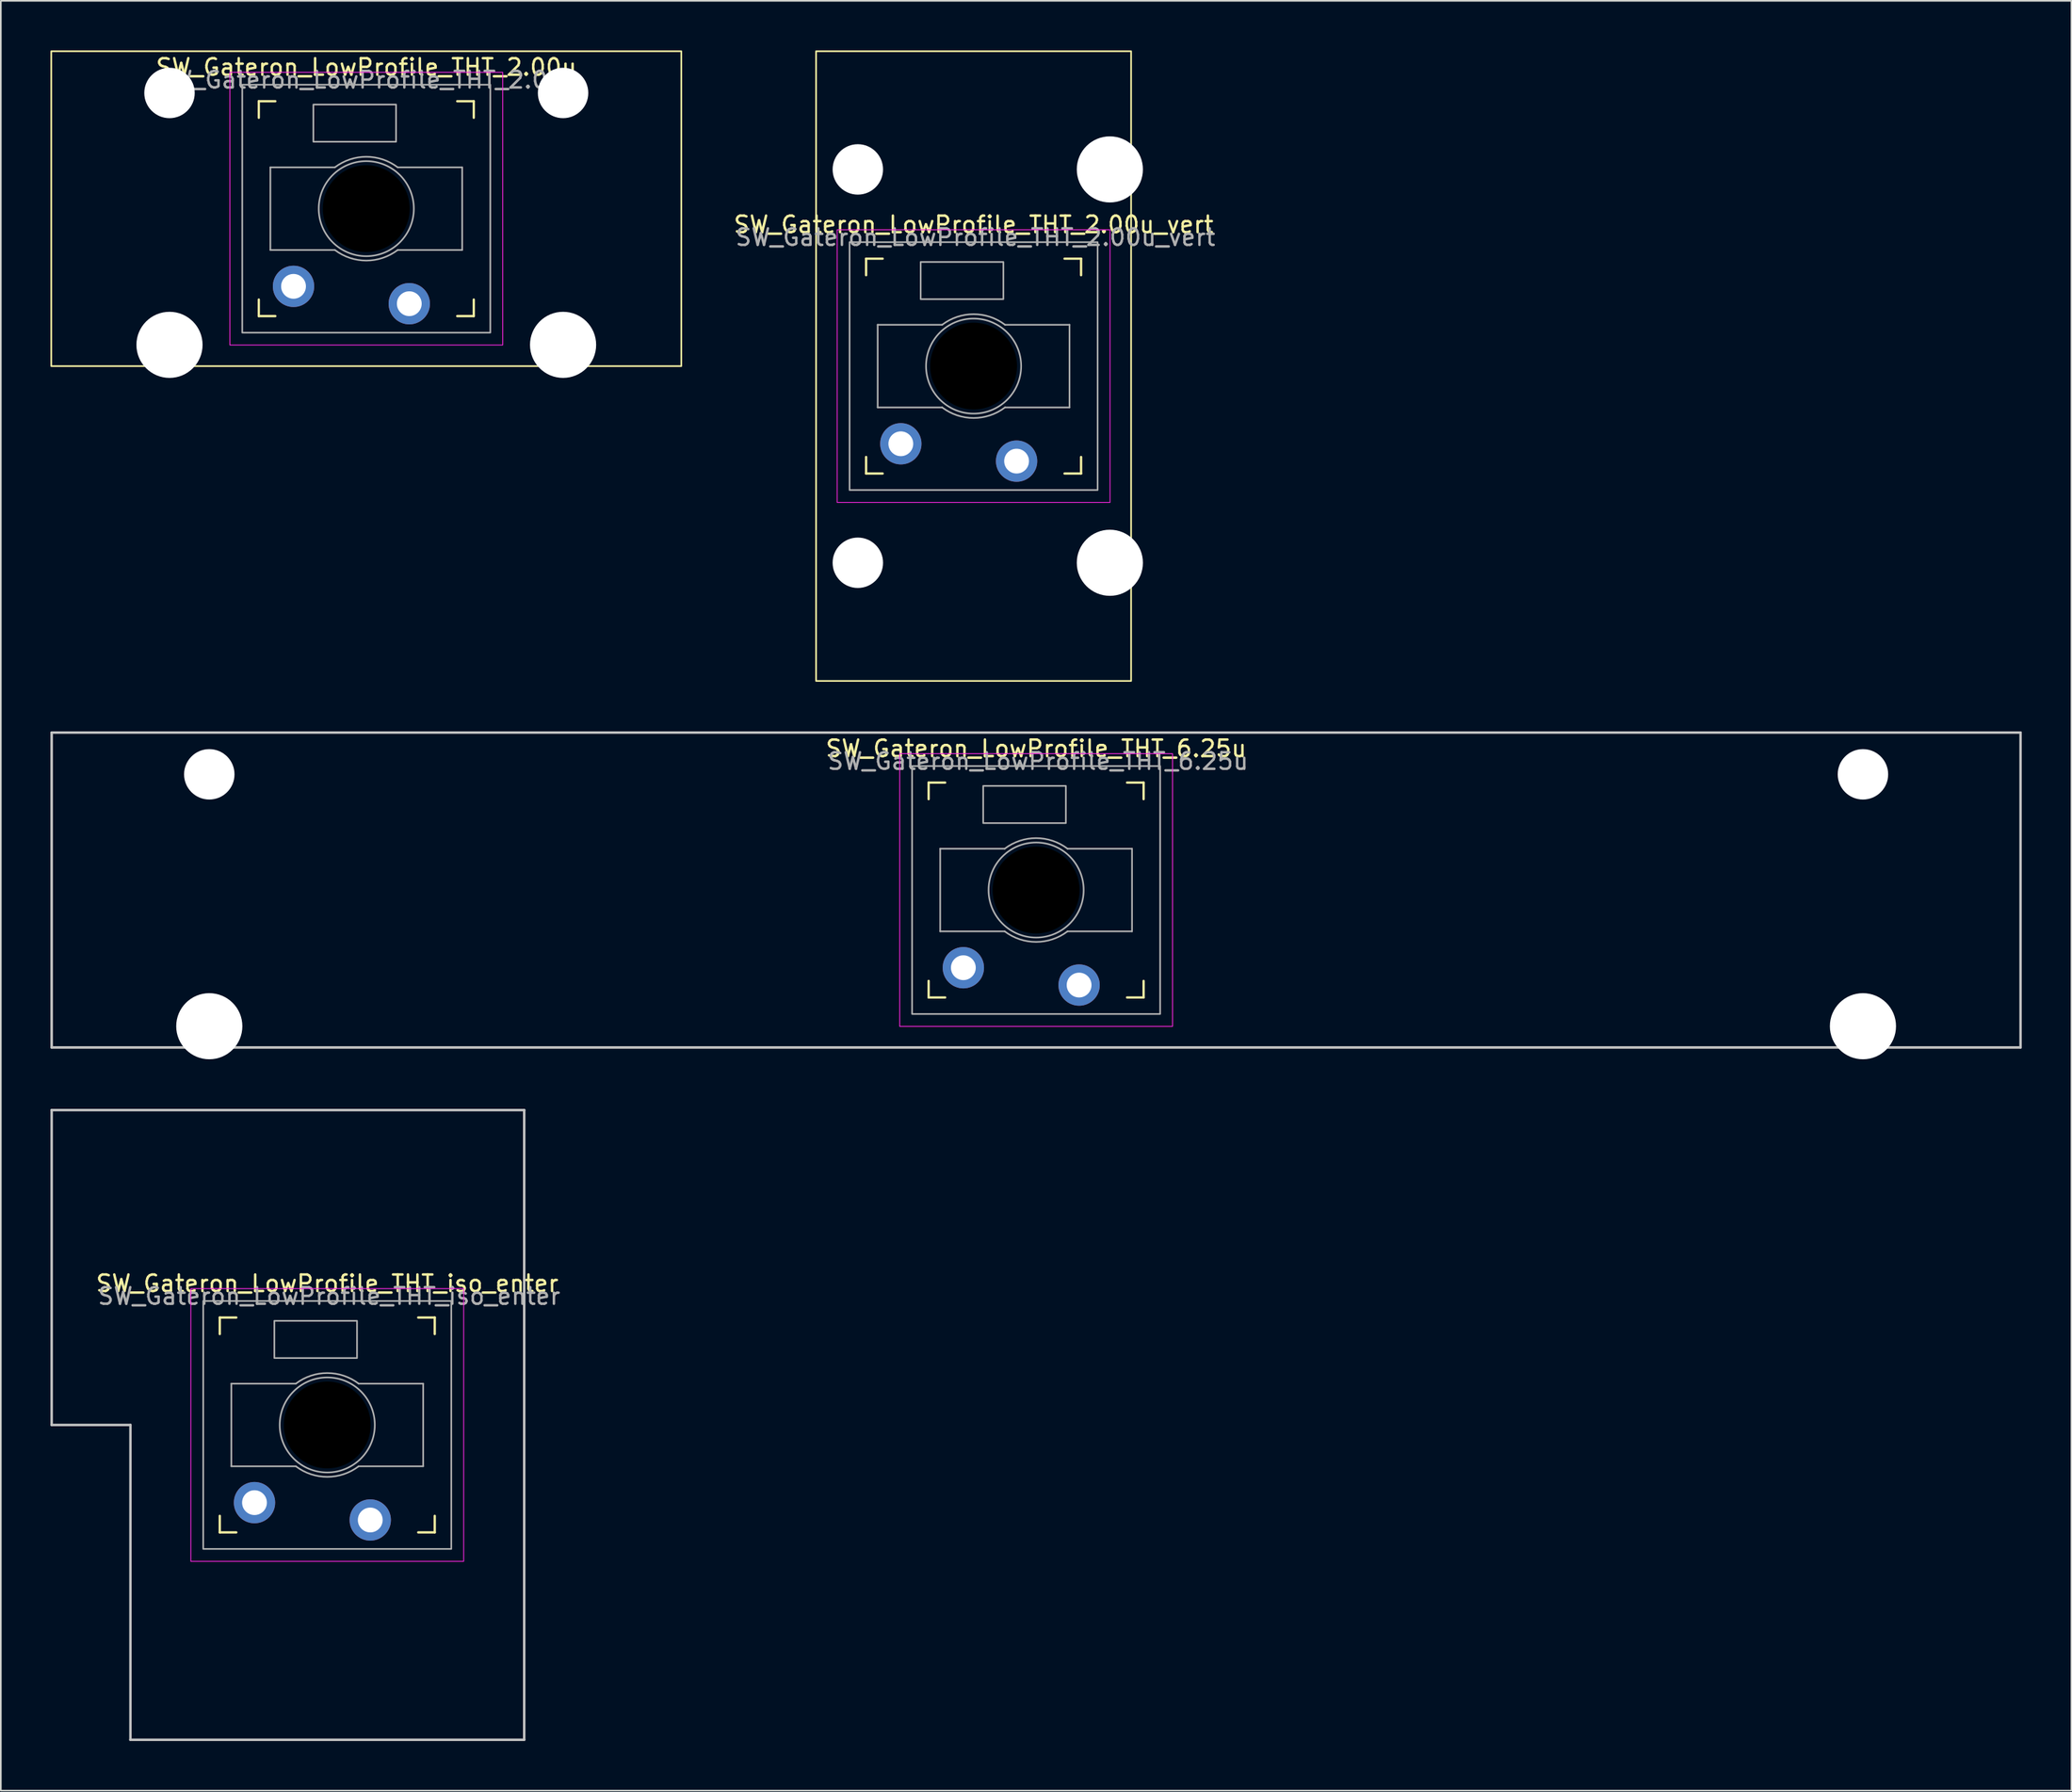
<source format=kicad_pcb>
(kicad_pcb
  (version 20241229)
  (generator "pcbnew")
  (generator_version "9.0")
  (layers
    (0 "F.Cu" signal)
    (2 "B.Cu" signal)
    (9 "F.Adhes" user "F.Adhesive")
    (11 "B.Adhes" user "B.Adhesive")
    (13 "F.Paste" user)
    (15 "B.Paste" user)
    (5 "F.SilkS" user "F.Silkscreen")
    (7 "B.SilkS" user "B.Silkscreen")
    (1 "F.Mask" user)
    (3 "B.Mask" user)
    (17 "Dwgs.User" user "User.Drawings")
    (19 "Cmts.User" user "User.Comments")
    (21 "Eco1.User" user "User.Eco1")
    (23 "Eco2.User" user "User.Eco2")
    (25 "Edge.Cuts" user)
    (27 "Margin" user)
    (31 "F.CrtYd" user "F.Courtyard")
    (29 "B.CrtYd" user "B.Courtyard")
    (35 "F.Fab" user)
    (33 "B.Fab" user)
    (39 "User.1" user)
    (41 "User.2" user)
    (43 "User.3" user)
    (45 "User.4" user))
  (footprint "SW_Gateron_LowProfile_THT_6.25u"
    (layer "F.Cu")
    (at 59.606 50.8)
    (property "Reference" "SW_Gateron_LowProfile_THT_6.25u" (at 0 -8.56 0) (unlocked yes) (layer "F.SilkS") (effects (font (size 1 1) (thickness 0.15))))
    (attr through_hole)
    (fp_line (start -6.5 -5.5) (end -6.5 -6.5) (stroke (width 0.14) (type solid)) (layer "F.SilkS"))
    (fp_line (start -6.5 6.5) (end -6.5 5.5) (stroke (width 0.14) (type solid)) (layer "F.SilkS"))
    (fp_line (start -6.5 6.5) (end -5.5 6.5) (stroke (width 0.14) (type solid)) (layer "F.SilkS"))
    (fp_line (start -5.5 -6.5) (end -6.5 -6.5) (stroke (width 0.14) (type solid)) (layer "F.SilkS"))
    (fp_line (start 5.5 6.5) (end 6.5 6.5) (stroke (width 0.14) (type solid)) (layer "F.SilkS"))
    (fp_line (start 6.5 -6.5) (end 5.5 -6.5) (stroke (width 0.14) (type solid)) (layer "F.SilkS"))
    (fp_line (start 6.5 -6.5) (end 6.5 -5.5) (stroke (width 0.14) (type solid)) (layer "F.SilkS"))
    (fp_line (start 6.5 5.5) (end 6.5 6.5) (stroke (width 0.14) (type solid)) (layer "F.SilkS"))
    (fp_rect (start -59.531 -9.525) (end 59.531 9.525) (stroke (width 0.1) (type default)) (fill no) (layer "F.SilkS"))
    (fp_line (start -59.531 -9.525) (end 59.531 -9.525) (stroke (width 0.15) (type solid)) (layer "Dwgs.User"))
    (fp_line (start -59.531 9.525) (end -59.531 -9.525) (stroke (width 0.15) (type solid)) (layer "Dwgs.User"))
    (fp_line (start 59.531 -9.525) (end 59.531 9.525) (stroke (width 0.15) (type solid)) (layer "Dwgs.User"))
    (fp_line (start 59.531 9.525) (end -59.531 9.525) (stroke (width 0.15) (type solid)) (layer "Dwgs.User"))
    (fp_rect (start -8.25 8.25) (end 8.25 -8.25) (stroke (width 0.05) (type solid)) (fill no) (layer "F.CrtYd"))
    (fp_line (start -5.8 -2.5) (end -1.9 -2.5) (stroke (width 0.1) (type default)) (layer "F.Fab"))
    (fp_line (start -5.8 2.5) (end -5.8 -2.5) (stroke (width 0.1) (type default)) (layer "F.Fab"))
    (fp_line (start -1.9 2.5) (end -5.8 2.5) (stroke (width 0.1) (type default)) (layer "F.Fab"))
    (fp_line (start 1.9 -2.5) (end 5.8 -2.5) (stroke (width 0.1) (type default)) (layer "F.Fab"))
    (fp_line (start 5.8 -2.5) (end 5.8 2.5) (stroke (width 0.1) (type default)) (layer "F.Fab"))
    (fp_line (start 5.8 2.5) (end 1.9 2.5) (stroke (width 0.1) (type default)) (layer "F.Fab"))
    (fp_rect (start -7.5 7.5) (end 7.5 -7.5) (stroke (width 0.1) (type solid)) (fill no) (layer "F.Fab"))
    (fp_rect (start -3.2 -6.3) (end 1.8 -4.05) (stroke (width 0.1) (type default)) (fill no) (layer "F.Fab"))
    (fp_arc (start -1.9 -2.499999) (mid 0 -3.140063) (end 1.9 -2.499999) (stroke (width 0.1) (type default)) (layer "F.Fab"))
    (fp_arc (start 1.9 2.499999) (mid 0 3.140063) (end -1.9 2.499999) (stroke (width 0.1) (type default)) (layer "F.Fab"))
    (fp_circle (center 0 0) (end 2.875 0) (stroke (width 0.1) (type default)) (fill no) (layer "F.Fab"))
    (fp_poly (pts (xy -2.05 -0.64) (xy -0.6 -0.64) (xy -0.6 -2) (xy 0.5 -2) (xy 0.5 -0.64) (xy 1.95 -0.64) (xy 1.95 0.64) (xy 0.5 0.64) (xy 0.5 2) (xy -0.6 2) (xy -0.6 0.64) (xy -2.05 0.64)) (stroke (width 0.1) (type solid)) (fill no) (layer "F.Fab"))
    (fp_text user "${REFERENCE}" (at 0.11 -7.79 0) (unlocked yes) (layer "F.Fab") (effects (font (size 1 1) (thickness 0.15))))
    (pad "" np_thru_hole circle (at -50 -7) (size 3.05 3.05) (drill 3.05) (layers "*.Cu" "*.Mask"))
    (pad "" np_thru_hole circle (at -50 8.24) (size 4 4) (drill 4) (layers "*.Cu" "*.Mask"))
    (pad "" np_thru_hole circle (at 0 0 180) (size 5.25 5.25) (drill 5.25) (layers "*.Mask"))
    (pad "" np_thru_hole circle (at 50 -7) (size 3.05 3.05) (drill 3.05) (layers "*.Cu" "*.Mask"))
    (pad "" np_thru_hole circle (at 50 8.24) (size 4 4) (drill 4) (layers "*.Cu" "*.Mask"))
    (pad "1" thru_hole circle (at -4.4 4.7 180) (size 2.5 2.5) (drill 1.5) (layers "*.Cu" "B.Mask"))
    (pad "2" thru_hole circle (at 2.6 5.75 180) (size 2.5 2.5) (drill 1.5) (layers "*.Cu" "B.Mask")))
  (footprint "SW_Gateron_LowProfile_THT_2.00u_vert"
    (layer "F.Cu")
    (at 55.825 19.1)
    (property "Reference" "SW_Gateron_LowProfile_THT_2.00u_vert" (at 0 -8.56 0) (unlocked yes) (layer "F.SilkS") (effects (font (size 1 1) (thickness 0.15))))
    (attr through_hole)
    (fp_line (start -6.5 -5.5) (end -6.5 -6.5) (stroke (width 0.14) (type solid)) (layer "F.SilkS"))
    (fp_line (start -6.5 6.5) (end -6.5 5.5) (stroke (width 0.14) (type solid)) (layer "F.SilkS"))
    (fp_line (start -6.5 6.5) (end -5.5 6.5) (stroke (width 0.14) (type solid)) (layer "F.SilkS"))
    (fp_line (start -5.5 -6.5) (end -6.5 -6.5) (stroke (width 0.14) (type solid)) (layer "F.SilkS"))
    (fp_line (start 5.5 6.5) (end 6.5 6.5) (stroke (width 0.14) (type solid)) (layer "F.SilkS"))
    (fp_line (start 6.5 -6.5) (end 5.5 -6.5) (stroke (width 0.14) (type solid)) (layer "F.SilkS"))
    (fp_line (start 6.5 -6.5) (end 6.5 -5.5) (stroke (width 0.14) (type solid)) (layer "F.SilkS"))
    (fp_line (start 6.5 5.5) (end 6.5 6.5) (stroke (width 0.14) (type solid)) (layer "F.SilkS"))
    (fp_rect (start -9.525 -19.05) (end 9.525 19.05) (stroke (width 0.1) (type default)) (fill no) (layer "F.SilkS"))
    (fp_rect (start -8.25 8.25) (end 8.25 -8.25) (stroke (width 0.05) (type solid)) (fill no) (layer "F.CrtYd"))
    (fp_line (start -5.8 -2.5) (end -1.9 -2.5) (stroke (width 0.1) (type default)) (layer "F.Fab"))
    (fp_line (start -5.8 2.5) (end -5.8 -2.5) (stroke (width 0.1) (type default)) (layer "F.Fab"))
    (fp_line (start -1.9 2.5) (end -5.8 2.5) (stroke (width 0.1) (type default)) (layer "F.Fab"))
    (fp_line (start 1.9 -2.5) (end 5.8 -2.5) (stroke (width 0.1) (type default)) (layer "F.Fab"))
    (fp_line (start 5.8 -2.5) (end 5.8 2.5) (stroke (width 0.1) (type default)) (layer "F.Fab"))
    (fp_line (start 5.8 2.5) (end 1.9 2.5) (stroke (width 0.1) (type default)) (layer "F.Fab"))
    (fp_rect (start -7.5 7.5) (end 7.5 -7.5) (stroke (width 0.1) (type solid)) (fill no) (layer "F.Fab"))
    (fp_rect (start -3.2 -6.3) (end 1.8 -4.05) (stroke (width 0.1) (type default)) (fill no) (layer "F.Fab"))
    (fp_arc (start -1.9 -2.499999) (mid 0 -3.140063) (end 1.9 -2.499999) (stroke (width 0.1) (type default)) (layer "F.Fab"))
    (fp_arc (start 1.9 2.499999) (mid 0 3.140063) (end -1.9 2.499999) (stroke (width 0.1) (type default)) (layer "F.Fab"))
    (fp_circle (center 0 0) (end 2.875 0) (stroke (width 0.1) (type default)) (fill no) (layer "F.Fab"))
    (fp_poly (pts (xy -2.05 -0.64) (xy -0.6 -0.64) (xy -0.6 -2) (xy 0.5 -2) (xy 0.5 -0.64) (xy 1.95 -0.64) (xy 1.95 0.64) (xy 0.5 0.64) (xy 0.5 2) (xy -0.6 2) (xy -0.6 0.64) (xy -2.05 0.64)) (stroke (width 0.1) (type solid)) (fill no) (layer "F.Fab"))
    (fp_text user "${REFERENCE}" (at 0.11 -7.79 0) (unlocked yes) (layer "F.Fab") (effects (font (size 1 1) (thickness 0.15))))
    (pad "" np_thru_hole circle (at -7 -11.9 90) (size 3.05 3.05) (drill 3.05) (layers "*.Cu" "*.Mask"))
    (pad "" np_thru_hole circle (at -7 11.9 90) (size 3.05 3.05) (drill 3.05) (layers "*.Cu" "*.Mask"))
    (pad "" np_thru_hole circle (at 0 0 180) (size 5.25 5.25) (drill 5.25) (layers "*.Mask"))
    (pad "" np_thru_hole circle (at 8.24 -11.9 90) (size 4 4) (drill 4) (layers "*.Cu" "*.Mask"))
    (pad "" np_thru_hole circle (at 8.24 11.9 90) (size 4 4) (drill 4) (layers "*.Cu" "*.Mask"))
    (pad "1" thru_hole circle (at -4.4 4.7 180) (size 2.5 2.5) (drill 1.5) (layers "*.Cu" "B.Mask"))
    (pad "2" thru_hole circle (at 2.6 5.75 180) (size 2.5 2.5) (drill 1.5) (layers "*.Cu" "B.Mask")))
  (footprint "SW_Gateron_LowProfile_THT_iso_enter"
    (layer "F.Cu")
    (at 16.74 83.165)
    (property "Reference" "SW_Gateron_LowProfile_THT_iso_enter" (at 0 -8.56 0) (unlocked yes) (layer "F.SilkS") (effects (font (size 1 1) (thickness 0.15))))
    (attr through_hole)
    (fp_line (start -6.5 -5.5) (end -6.5 -6.5) (stroke (width 0.14) (type solid)) (layer "F.SilkS"))
    (fp_line (start -6.5 6.5) (end -6.5 5.5) (stroke (width 0.14) (type solid)) (layer "F.SilkS"))
    (fp_line (start -6.5 6.5) (end -5.5 6.5) (stroke (width 0.14) (type solid)) (layer "F.SilkS"))
    (fp_line (start -5.5 -6.5) (end -6.5 -6.5) (stroke (width 0.14) (type solid)) (layer "F.SilkS"))
    (fp_line (start 5.5 6.5) (end 6.5 6.5) (stroke (width 0.14) (type solid)) (layer "F.SilkS"))
    (fp_line (start 6.5 -6.5) (end 5.5 -6.5) (stroke (width 0.14) (type solid)) (layer "F.SilkS"))
    (fp_line (start 6.5 -6.5) (end 6.5 -5.5) (stroke (width 0.14) (type solid)) (layer "F.SilkS"))
    (fp_line (start 6.5 5.5) (end 6.5 6.5) (stroke (width 0.14) (type solid)) (layer "F.SilkS"))
    (fp_line (start -16.665 -19.05) (end 11.91 -19.05) (stroke (width 0.15) (type solid)) (layer "Dwgs.User"))
    (fp_line (start -16.665 0) (end -16.665 -19.05) (stroke (width 0.15) (type solid)) (layer "Dwgs.User"))
    (fp_line (start -11.902 0) (end -16.665 0) (stroke (width 0.15) (type solid)) (layer "Dwgs.User"))
    (fp_line (start -11.902 19.05) (end -11.902 0) (stroke (width 0.15) (type solid)) (layer "Dwgs.User"))
    (fp_line (start 11.906 19.05) (end -11.906 19.05) (stroke (width 0.15) (type solid)) (layer "Dwgs.User"))
    (fp_line (start 11.91 -19.05) (end 11.91 19.05) (stroke (width 0.15) (type solid)) (layer "Dwgs.User"))
    (fp_rect (start -8.25 8.25) (end 8.25 -8.25) (stroke (width 0.05) (type solid)) (fill no) (layer "F.CrtYd"))
    (fp_line (start -5.8 -2.5) (end -1.9 -2.5) (stroke (width 0.1) (type default)) (layer "F.Fab"))
    (fp_line (start -5.8 2.5) (end -5.8 -2.5) (stroke (width 0.1) (type default)) (layer "F.Fab"))
    (fp_line (start -1.9 2.5) (end -5.8 2.5) (stroke (width 0.1) (type default)) (layer "F.Fab"))
    (fp_line (start 1.9 -2.5) (end 5.8 -2.5) (stroke (width 0.1) (type default)) (layer "F.Fab"))
    (fp_line (start 5.8 -2.5) (end 5.8 2.5) (stroke (width 0.1) (type default)) (layer "F.Fab"))
    (fp_line (start 5.8 2.5) (end 1.9 2.5) (stroke (width 0.1) (type default)) (layer "F.Fab"))
    (fp_rect (start -7.5 7.5) (end 7.5 -7.5) (stroke (width 0.1) (type solid)) (fill no) (layer "F.Fab"))
    (fp_rect (start -3.2 -6.3) (end 1.8 -4.05) (stroke (width 0.1) (type default)) (fill no) (layer "F.Fab"))
    (fp_arc (start -1.9 -2.499999) (mid 0 -3.140063) (end 1.9 -2.499999) (stroke (width 0.1) (type default)) (layer "F.Fab"))
    (fp_arc (start 1.9 2.499999) (mid 0 3.140063) (end -1.9 2.499999) (stroke (width 0.1) (type default)) (layer "F.Fab"))
    (fp_circle (center 0 0) (end 2.875 0) (stroke (width 0.1) (type default)) (fill no) (layer "F.Fab"))
    (fp_poly (pts (xy -2.05 -0.64) (xy -0.6 -0.64) (xy -0.6 -2) (xy 0.5 -2) (xy 0.5 -0.64) (xy 1.95 -0.64) (xy 1.95 0.64) (xy 0.5 0.64) (xy 0.5 2) (xy -0.6 2) (xy -0.6 0.64) (xy -2.05 0.64)) (stroke (width 0.1) (type solid)) (fill no) (layer "F.Fab"))
    (fp_text user "${REFERENCE}" (at 0.11 -7.79 0) (unlocked yes) (layer "F.Fab") (effects (font (size 1 1) (thickness 0.15))))
    (pad "" np_thru_hole circle (at 0 0 180) (size 5.25 5.25) (drill 5.25) (layers "*.Mask"))
    (pad "1" thru_hole circle (at -4.4 4.7 180) (size 2.5 2.5) (drill 1.5) (layers "*.Cu" "B.Mask"))
    (pad "2" thru_hole circle (at 2.6 5.75 180) (size 2.5 2.5) (drill 1.5) (layers "*.Cu" "B.Mask")))
  (footprint "SW_Gateron_LowProfile_THT_2.00u"
    (layer "F.Cu")
    (at 19.1 9.575)
    (property "Reference" "SW_Gateron_LowProfile_THT_2.00u" (at 0 -8.56 0) (unlocked yes) (layer "F.SilkS") (effects (font (size 1 1) (thickness 0.15))))
    (attr through_hole)
    (fp_line (start -6.5 -5.5) (end -6.5 -6.5) (stroke (width 0.14) (type solid)) (layer "F.SilkS"))
    (fp_line (start -6.5 6.5) (end -6.5 5.5) (stroke (width 0.14) (type solid)) (layer "F.SilkS"))
    (fp_line (start -6.5 6.5) (end -5.5 6.5) (stroke (width 0.14) (type solid)) (layer "F.SilkS"))
    (fp_line (start -5.5 -6.5) (end -6.5 -6.5) (stroke (width 0.14) (type solid)) (layer "F.SilkS"))
    (fp_line (start 5.5 6.5) (end 6.5 6.5) (stroke (width 0.14) (type solid)) (layer "F.SilkS"))
    (fp_line (start 6.5 -6.5) (end 5.5 -6.5) (stroke (width 0.14) (type solid)) (layer "F.SilkS"))
    (fp_line (start 6.5 -6.5) (end 6.5 -5.5) (stroke (width 0.14) (type solid)) (layer "F.SilkS"))
    (fp_line (start 6.5 5.5) (end 6.5 6.5) (stroke (width 0.14) (type solid)) (layer "F.SilkS"))
    (fp_rect (start -19.05 -9.525) (end 19.05 9.525) (stroke (width 0.1) (type default)) (fill no) (layer "F.SilkS"))
    (fp_rect (start -8.25 8.25) (end 8.25 -8.25) (stroke (width 0.05) (type solid)) (fill no) (layer "F.CrtYd"))
    (fp_line (start -5.8 -2.5) (end -1.9 -2.5) (stroke (width 0.1) (type default)) (layer "F.Fab"))
    (fp_line (start -5.8 2.5) (end -5.8 -2.5) (stroke (width 0.1) (type default)) (layer "F.Fab"))
    (fp_line (start -1.9 2.5) (end -5.8 2.5) (stroke (width 0.1) (type default)) (layer "F.Fab"))
    (fp_line (start 1.9 -2.5) (end 5.8 -2.5) (stroke (width 0.1) (type default)) (layer "F.Fab"))
    (fp_line (start 5.8 -2.5) (end 5.8 2.5) (stroke (width 0.1) (type default)) (layer "F.Fab"))
    (fp_line (start 5.8 2.5) (end 1.9 2.5) (stroke (width 0.1) (type default)) (layer "F.Fab"))
    (fp_rect (start -7.5 7.5) (end 7.5 -7.5) (stroke (width 0.1) (type solid)) (fill no) (layer "F.Fab"))
    (fp_rect (start -3.2 -6.3) (end 1.8 -4.05) (stroke (width 0.1) (type default)) (fill no) (layer "F.Fab"))
    (fp_arc (start -1.9 -2.499999) (mid 0 -3.140063) (end 1.9 -2.499999) (stroke (width 0.1) (type default)) (layer "F.Fab"))
    (fp_arc (start 1.9 2.499999) (mid 0 3.140063) (end -1.9 2.499999) (stroke (width 0.1) (type default)) (layer "F.Fab"))
    (fp_circle (center 0 0) (end 2.875 0) (stroke (width 0.1) (type default)) (fill no) (layer "F.Fab"))
    (fp_poly (pts (xy -2.05 -0.64) (xy -0.6 -0.64) (xy -0.6 -2) (xy 0.5 -2) (xy 0.5 -0.64) (xy 1.95 -0.64) (xy 1.95 0.64) (xy 0.5 0.64) (xy 0.5 2) (xy -0.6 2) (xy -0.6 0.64) (xy -2.05 0.64)) (stroke (width 0.1) (type solid)) (fill no) (layer "F.Fab"))
    (fp_text user "${REFERENCE}" (at 0.11 -7.79 0) (unlocked yes) (layer "F.Fab") (effects (font (size 1 1) (thickness 0.15))))
    (pad "" np_thru_hole circle (at -11.9 -7) (size 3.05 3.05) (drill 3.05) (layers "*.Cu" "*.Mask"))
    (pad "" np_thru_hole circle (at -11.9 8.24) (size 4 4) (drill 4) (layers "*.Cu" "*.Mask"))
    (pad "" np_thru_hole circle (at 0 0 180) (size 5.25 5.25) (drill 5.25) (layers "*.Mask"))
    (pad "" np_thru_hole circle (at 11.9 -7) (size 3.05 3.05) (drill 3.05) (layers "*.Cu" "*.Mask"))
    (pad "" np_thru_hole circle (at 11.9 8.24) (size 4 4) (drill 4) (layers "*.Cu" "*.Mask"))
    (pad "1" thru_hole circle (at -4.4 4.7 180) (size 2.5 2.5) (drill 1.5) (layers "*.Cu" "B.Mask"))
    (pad "2" thru_hole circle (at 2.6 5.75 180) (size 2.5 2.5) (drill 1.5) (layers "*.Cu" "B.Mask")))
  (gr_rect
    (start -3 -3)
    (end 122.213 105.29)
    (stroke (width 0.1) (type default))
    (fill no)
    (layer "Edge.Cuts")))
</source>
